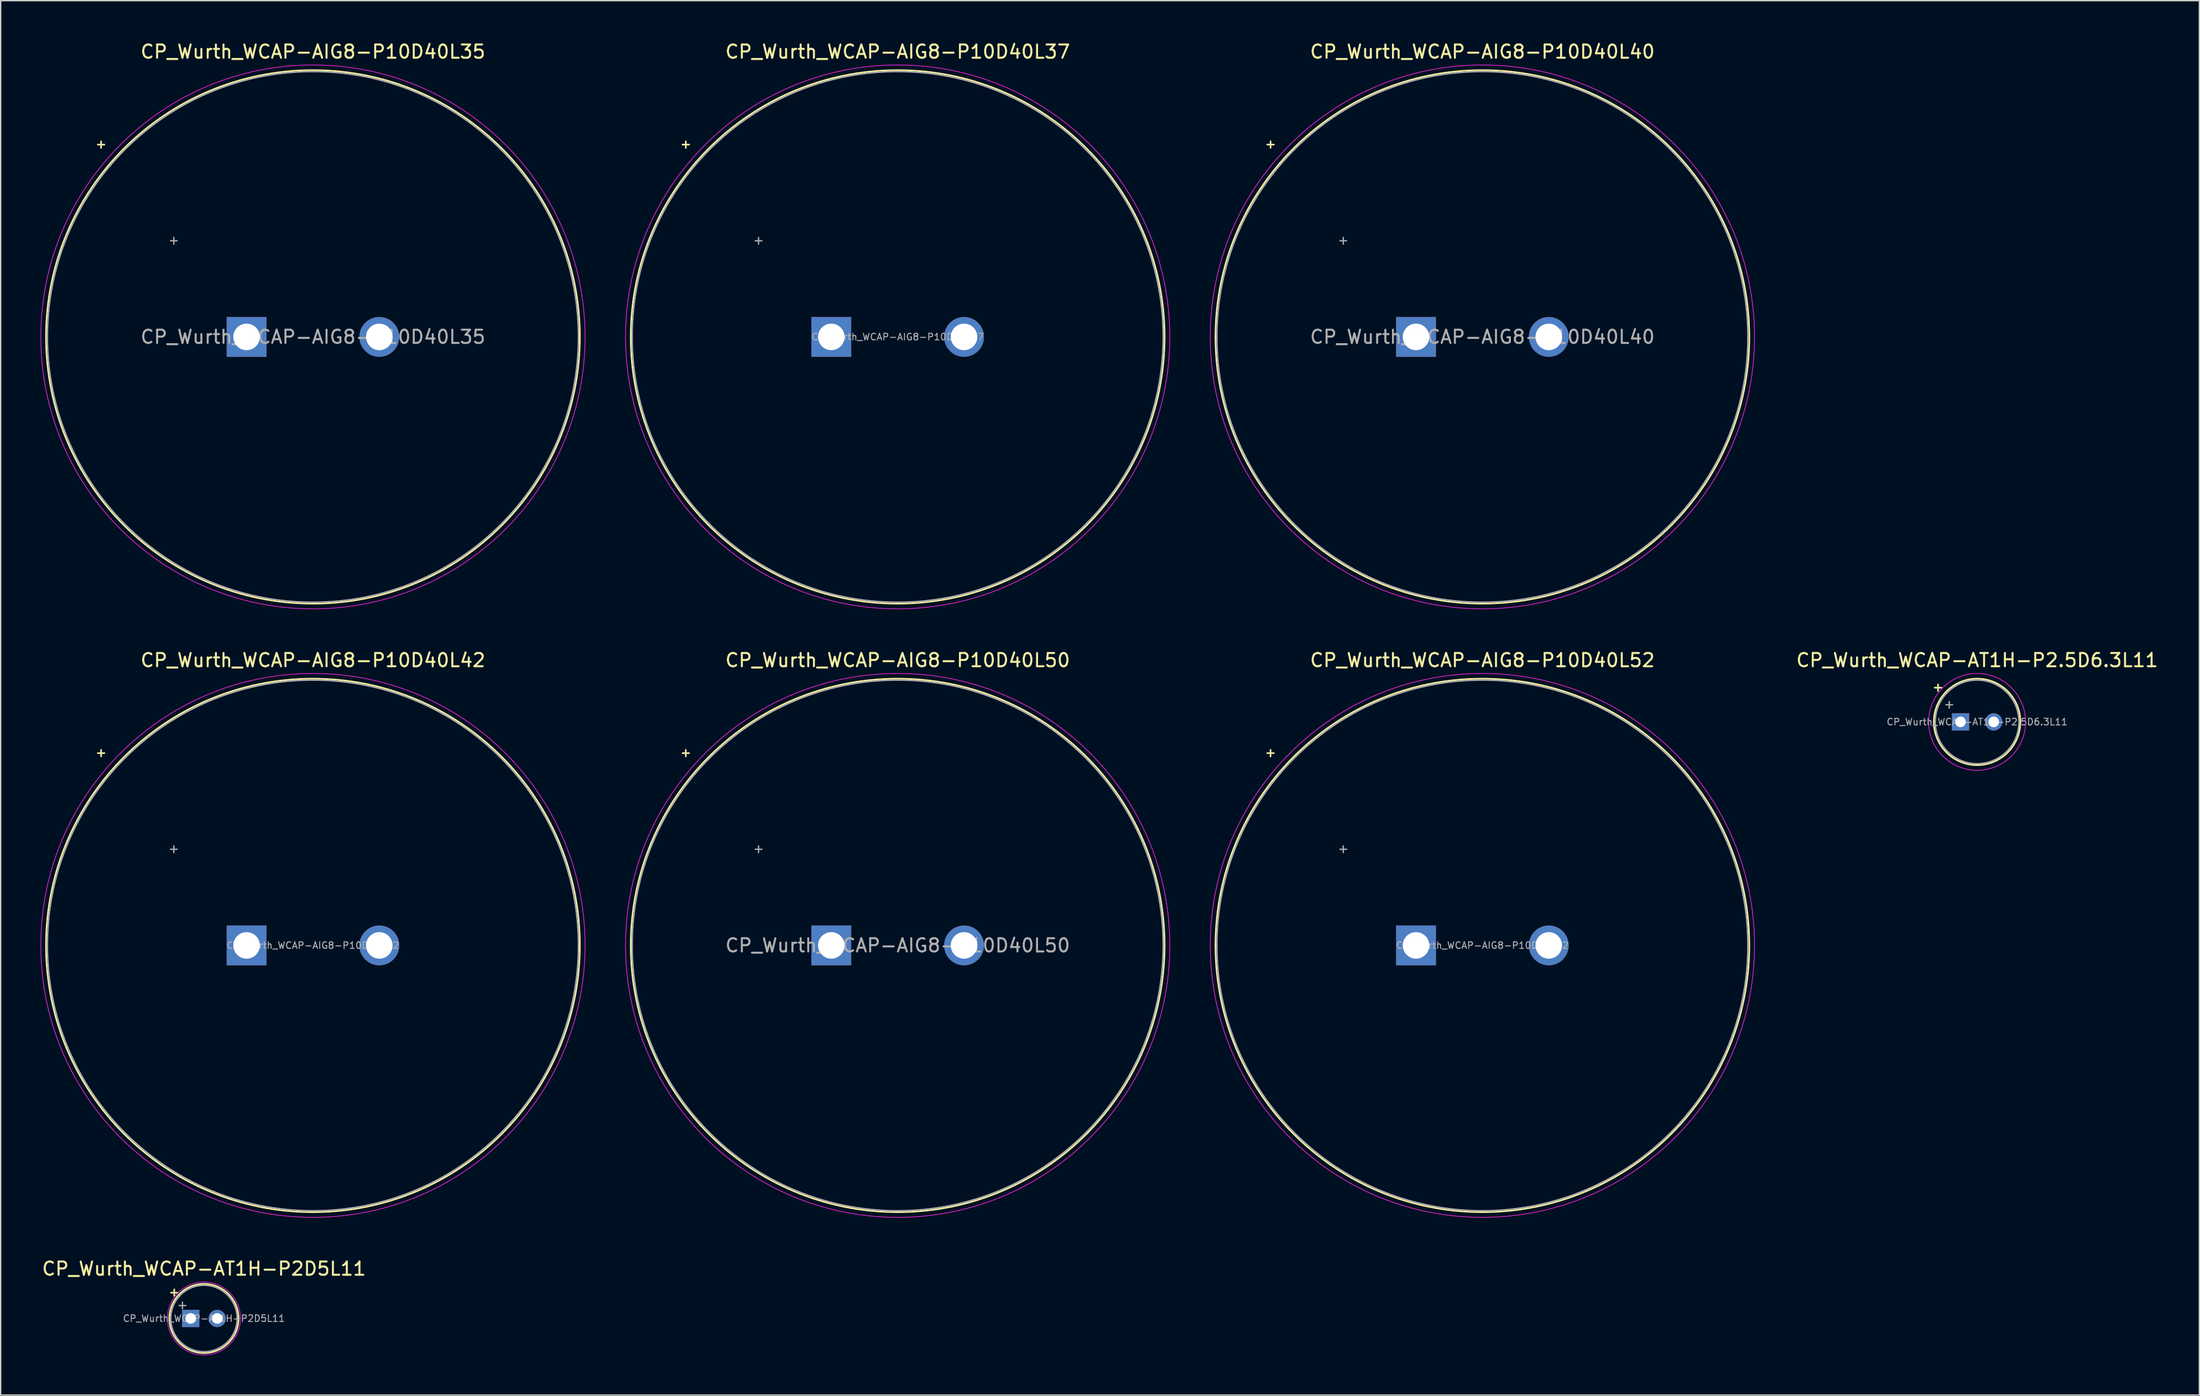
<source format=kicad_pcb>
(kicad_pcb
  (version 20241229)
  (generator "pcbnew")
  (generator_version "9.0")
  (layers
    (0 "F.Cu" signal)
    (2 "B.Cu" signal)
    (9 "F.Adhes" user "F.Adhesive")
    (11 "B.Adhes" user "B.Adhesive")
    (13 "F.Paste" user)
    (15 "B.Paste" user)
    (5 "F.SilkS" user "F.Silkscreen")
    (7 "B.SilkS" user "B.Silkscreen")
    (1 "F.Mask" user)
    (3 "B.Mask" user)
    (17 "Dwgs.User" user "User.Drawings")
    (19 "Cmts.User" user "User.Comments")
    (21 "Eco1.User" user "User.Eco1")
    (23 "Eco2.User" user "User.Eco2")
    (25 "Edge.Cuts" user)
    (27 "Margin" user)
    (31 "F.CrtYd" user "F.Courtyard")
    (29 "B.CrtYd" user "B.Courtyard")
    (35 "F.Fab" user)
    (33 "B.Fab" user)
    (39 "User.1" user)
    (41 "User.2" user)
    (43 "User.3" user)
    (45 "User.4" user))
  (footprint "CP_Wurth_WCAP-AIG8-P10D40L42"
    (layer "F.Cu")
    (at 15.525 68.222)
    (property "Reference" "CP_Wurth_WCAP-AIG8-P10D40L42" (at 5 -21.5 0) (unlocked yes) (layer "F.SilkS") (effects (font (size 1 1) (thickness 0.15))))
    (attr through_hole)
    (fp_line (start -11.21 -14.496) (end -10.71 -14.496) (stroke (width 0.12) (type solid)) (layer "F.SilkS"))
    (fp_line (start -10.96 -14.246) (end -10.96 -14.746) (stroke (width 0.12) (type solid)) (layer "F.SilkS"))
    (fp_circle (center 5 0) (end 25.11 0) (stroke (width 0.12) (type solid)) (fill no) (layer "F.SilkS"))
    (fp_circle (center 5 0) (end 25.5 0) (stroke (width 0.05) (type solid)) (fill no) (layer "F.CrtYd"))
    (fp_line (start -5.73 -7.248) (end -5.23 -7.248) (stroke (width 0.1) (type default)) (layer "F.Fab"))
    (fp_line (start -5.48 -6.998) (end -5.48 -7.498) (stroke (width 0.1) (type default)) (layer "F.Fab"))
    (fp_circle (center 5 0) (end 25 0) (stroke (width 0.1) (type solid)) (fill no) (layer "F.Fab"))
    (fp_text user "${REFERENCE}" (at 5 0 0) (unlocked yes) (layer "F.Fab") (effects (font (size 0.5 0.5) (thickness 0.075))))
    (pad "1" thru_hole rect (at 0 0) (size 3 3) (drill 2) (layers "*.Cu" "*.Mask"))
    (pad "2" thru_hole circle (at 10 0) (size 3 3) (drill 2) (layers "*.Cu" "*.Mask")))
  (footprint "CP_Wurth_WCAP-AIG8-P10D40L37"
    (layer "F.Cu")
    (at 59.575 22.348)
    (property "Reference" "CP_Wurth_WCAP-AIG8-P10D40L37" (at 5 -21.5 0) (unlocked yes) (layer "F.SilkS") (effects (font (size 1 1) (thickness 0.15))))
    (attr through_hole)
    (fp_line (start -11.21 -14.496) (end -10.71 -14.496) (stroke (width 0.12) (type solid)) (layer "F.SilkS"))
    (fp_line (start -10.96 -14.246) (end -10.96 -14.746) (stroke (width 0.12) (type solid)) (layer "F.SilkS"))
    (fp_circle (center 5 0) (end 25.11 0) (stroke (width 0.12) (type solid)) (fill no) (layer "F.SilkS"))
    (fp_circle (center 5 0) (end 25.5 0) (stroke (width 0.05) (type solid)) (fill no) (layer "F.CrtYd"))
    (fp_line (start -5.73 -7.248) (end -5.23 -7.248) (stroke (width 0.1) (type default)) (layer "F.Fab"))
    (fp_line (start -5.48 -6.998) (end -5.48 -7.498) (stroke (width 0.1) (type default)) (layer "F.Fab"))
    (fp_circle (center 5 0) (end 25 0) (stroke (width 0.1) (type solid)) (fill no) (layer "F.Fab"))
    (fp_text user "${REFERENCE}" (at 5 0 0) (unlocked yes) (layer "F.Fab") (effects (font (size 0.5 0.5) (thickness 0.075))))
    (pad "1" thru_hole rect (at 0 0) (size 3 3) (drill 2) (layers "*.Cu" "*.Mask"))
    (pad "2" thru_hole circle (at 10 0) (size 3 3) (drill 2) (layers "*.Cu" "*.Mask")))
  (footprint "CP_Wurth_WCAP-AIG8-P10D40L52"
    (layer "F.Cu")
    (at 103.625 68.222)
    (property "Reference" "CP_Wurth_WCAP-AIG8-P10D40L52" (at 5 -21.5 0) (unlocked yes) (layer "F.SilkS") (effects (font (size 1 1) (thickness 0.15))))
    (attr through_hole)
    (fp_line (start -11.21 -14.496) (end -10.71 -14.496) (stroke (width 0.12) (type solid)) (layer "F.SilkS"))
    (fp_line (start -10.96 -14.246) (end -10.96 -14.746) (stroke (width 0.12) (type solid)) (layer "F.SilkS"))
    (fp_circle (center 5 0) (end 25.11 0) (stroke (width 0.12) (type solid)) (fill no) (layer "F.SilkS"))
    (fp_circle (center 5 0) (end 25.5 0) (stroke (width 0.05) (type solid)) (fill no) (layer "F.CrtYd"))
    (fp_line (start -5.73 -7.248) (end -5.23 -7.248) (stroke (width 0.1) (type default)) (layer "F.Fab"))
    (fp_line (start -5.48 -6.998) (end -5.48 -7.498) (stroke (width 0.1) (type default)) (layer "F.Fab"))
    (fp_circle (center 5 0) (end 25 0) (stroke (width 0.1) (type solid)) (fill no) (layer "F.Fab"))
    (fp_text user "${REFERENCE}" (at 5 0 0) (unlocked yes) (layer "F.Fab") (effects (font (size 0.5 0.5) (thickness 0.075))))
    (pad "1" thru_hole rect (at 0 0) (size 3 3) (drill 2) (layers "*.Cu" "*.Mask"))
    (pad "2" thru_hole circle (at 10 0) (size 3 3) (drill 2) (layers "*.Cu" "*.Mask")))
  (footprint "CP_Wurth_WCAP-AIG8-P10D40L35"
    (layer "F.Cu")
    (at 15.525 22.348)
    (property "Reference" "CP_Wurth_WCAP-AIG8-P10D40L35" (at 5 -21.5 0) (unlocked yes) (layer "F.SilkS") (effects (font (size 1 1) (thickness 0.15))))
    (attr through_hole)
    (fp_line (start -11.21 -14.496) (end -10.71 -14.496) (stroke (width 0.12) (type solid)) (layer "F.SilkS"))
    (fp_line (start -10.96 -14.246) (end -10.96 -14.746) (stroke (width 0.12) (type solid)) (layer "F.SilkS"))
    (fp_circle (center 5 0) (end 25.11 0) (stroke (width 0.12) (type solid)) (fill no) (layer "F.SilkS"))
    (fp_circle (center 5 0) (end 25.5 0) (stroke (width 0.05) (type solid)) (fill no) (layer "F.CrtYd"))
    (fp_line (start -5.73 -7.248) (end -5.23 -7.248) (stroke (width 0.1) (type default)) (layer "F.Fab"))
    (fp_line (start -5.48 -6.998) (end -5.48 -7.498) (stroke (width 0.1) (type default)) (layer "F.Fab"))
    (fp_circle (center 5 0) (end 25 0) (stroke (width 0.1) (type solid)) (fill no) (layer "F.Fab"))
    (fp_text user "${REFERENCE}" (at 5 0 0) (unlocked yes) (layer "F.Fab") (effects (font (size 1 1) (thickness 0.15))))
    (pad "1" thru_hole rect (at 0 0) (size 3 3) (drill 2) (layers "*.Cu" "*.Mask"))
    (pad "2" thru_hole circle (at 10 0) (size 3 3) (drill 2) (layers "*.Cu" "*.Mask")))
  (footprint "CP_Wurth_WCAP-AIG8-P10D40L50"
    (layer "F.Cu")
    (at 59.575 68.222)
    (property "Reference" "CP_Wurth_WCAP-AIG8-P10D40L50" (at 5 -21.5 0) (unlocked yes) (layer "F.SilkS") (effects (font (size 1 1) (thickness 0.15))))
    (attr through_hole)
    (fp_line (start -11.21 -14.496) (end -10.71 -14.496) (stroke (width 0.12) (type solid)) (layer "F.SilkS"))
    (fp_line (start -10.96 -14.246) (end -10.96 -14.746) (stroke (width 0.12) (type solid)) (layer "F.SilkS"))
    (fp_circle (center 5 0) (end 25.11 0) (stroke (width 0.12) (type solid)) (fill no) (layer "F.SilkS"))
    (fp_circle (center 5 0) (end 25.5 0) (stroke (width 0.05) (type solid)) (fill no) (layer "F.CrtYd"))
    (fp_line (start -5.73 -7.248) (end -5.23 -7.248) (stroke (width 0.1) (type default)) (layer "F.Fab"))
    (fp_line (start -5.48 -6.998) (end -5.48 -7.498) (stroke (width 0.1) (type default)) (layer "F.Fab"))
    (fp_circle (center 5 0) (end 25 0) (stroke (width 0.1) (type solid)) (fill no) (layer "F.Fab"))
    (fp_text user "${REFERENCE}" (at 5 0 0) (unlocked yes) (layer "F.Fab") (effects (font (size 1 1) (thickness 0.15))))
    (pad "1" thru_hole rect (at 0 0) (size 3 3) (drill 2) (layers "*.Cu" "*.Mask"))
    (pad "2" thru_hole circle (at 10 0) (size 3 3) (drill 2) (layers "*.Cu" "*.Mask")))
  (footprint "CP_Wurth_WCAP-AT1H-P2D5L11"
    (layer "F.Cu")
    (at 11.315 96.345)
    (property "Reference" "CP_Wurth_WCAP-AT1H-P2D5L11" (at 1 -3.75 0) (unlocked yes) (layer "F.SilkS") (effects (font (size 1 1) (thickness 0.15))))
    (attr through_hole)
    (fp_line (start -1.487 -1.945) (end -0.987 -1.945) (stroke (width 0.12) (type solid)) (layer "F.SilkS"))
    (fp_line (start -1.237 -1.695) (end -1.237 -2.195) (stroke (width 0.12) (type solid)) (layer "F.SilkS"))
    (fp_circle (center 1 0) (end 3.61 0) (stroke (width 0.12) (type solid)) (fill no) (layer "F.SilkS"))
    (fp_circle (center 1 0) (end 3.75 0) (stroke (width 0.05) (type solid)) (fill no) (layer "F.CrtYd"))
    (fp_line (start -0.869 -0.972) (end -0.369 -0.972) (stroke (width 0.1) (type default)) (layer "F.Fab"))
    (fp_line (start -0.619 -0.722) (end -0.619 -1.222) (stroke (width 0.1) (type default)) (layer "F.Fab"))
    (fp_circle (center 1 0) (end 3.5 0) (stroke (width 0.1) (type solid)) (fill no) (layer "F.Fab"))
    (fp_text user "${REFERENCE}" (at 1 0 0) (unlocked yes) (layer "F.Fab") (effects (font (size 0.5 0.5) (thickness 0.075))))
    (pad "1" thru_hole rect (at 0 0) (size 1.3 1.3) (drill 0.8) (layers "*.Cu" "*.Mask"))
    (pad "2" thru_hole circle (at 2 0) (size 1.3 1.3) (drill 0.8) (layers "*.Cu" "*.Mask")))
  (footprint "CP_Wurth_WCAP-AT1H-P2.5D6.3L11"
    (layer "F.Cu")
    (at 144.644 51.371)
    (property "Reference" "CP_Wurth_WCAP-AT1H-P2.5D6.3L11" (at 1.25 -4.65 0) (unlocked yes) (layer "F.SilkS") (effects (font (size 1 1) (thickness 0.15))))
    (attr through_hole)
    (fp_line (start -1.947 -2.581) (end -1.447 -2.581) (stroke (width 0.12) (type solid)) (layer "F.SilkS"))
    (fp_line (start -1.697 -2.331) (end -1.697 -2.831) (stroke (width 0.12) (type solid)) (layer "F.SilkS"))
    (fp_circle (center 1.25 0) (end 4.51 0) (stroke (width 0.12) (type solid)) (fill no) (layer "F.SilkS"))
    (fp_circle (center 1.25 0) (end 4.9 0) (stroke (width 0.05) (type solid)) (fill no) (layer "F.CrtYd"))
    (fp_line (start -1.099 -1.29) (end -0.599 -1.29) (stroke (width 0.1) (type default)) (layer "F.Fab"))
    (fp_line (start -0.849 -1.04) (end -0.849 -1.54) (stroke (width 0.1) (type default)) (layer "F.Fab"))
    (fp_circle (center 1.25 0) (end 4.4 0) (stroke (width 0.1) (type solid)) (fill no) (layer "F.Fab"))
    (fp_text user "${REFERENCE}" (at 1.25 0 0) (unlocked yes) (layer "F.Fab") (effects (font (size 0.5 0.5) (thickness 0.075))))
    (pad "1" thru_hole rect (at 0 0) (size 1.3 1.3) (drill 0.8) (layers "*.Cu" "*.Mask"))
    (pad "2" thru_hole circle (at 2.5 0) (size 1.3 1.3) (drill 0.8) (layers "*.Cu" "*.Mask")))
  (footprint "CP_Wurth_WCAP-AIG8-P10D40L40"
    (layer "F.Cu")
    (at 103.625 22.348)
    (property "Reference" "CP_Wurth_WCAP-AIG8-P10D40L40" (at 5 -21.5 0) (unlocked yes) (layer "F.SilkS") (effects (font (size 1 1) (thickness 0.15))))
    (attr through_hole)
    (fp_line (start -11.21 -14.496) (end -10.71 -14.496) (stroke (width 0.12) (type solid)) (layer "F.SilkS"))
    (fp_line (start -10.96 -14.246) (end -10.96 -14.746) (stroke (width 0.12) (type solid)) (layer "F.SilkS"))
    (fp_circle (center 5 0) (end 25.11 0) (stroke (width 0.12) (type solid)) (fill no) (layer "F.SilkS"))
    (fp_circle (center 5 0) (end 25.5 0) (stroke (width 0.05) (type solid)) (fill no) (layer "F.CrtYd"))
    (fp_line (start -5.73 -7.248) (end -5.23 -7.248) (stroke (width 0.1) (type default)) (layer "F.Fab"))
    (fp_line (start -5.48 -6.998) (end -5.48 -7.498) (stroke (width 0.1) (type default)) (layer "F.Fab"))
    (fp_circle (center 5 0) (end 25 0) (stroke (width 0.1) (type solid)) (fill no) (layer "F.Fab"))
    (fp_text user "${REFERENCE}" (at 5 0 0) (unlocked yes) (layer "F.Fab") (effects (font (size 1 1) (thickness 0.15))))
    (pad "1" thru_hole rect (at 0 0) (size 3 3) (drill 2) (layers "*.Cu" "*.Mask"))
    (pad "2" thru_hole circle (at 10 0) (size 3 3) (drill 2) (layers "*.Cu" "*.Mask")))
  (gr_rect
    (start -3 -3)
    (end 162.638 102.12)
    (stroke (width 0.1) (type default))
    (fill no)
    (layer "Edge.Cuts")))
</source>
